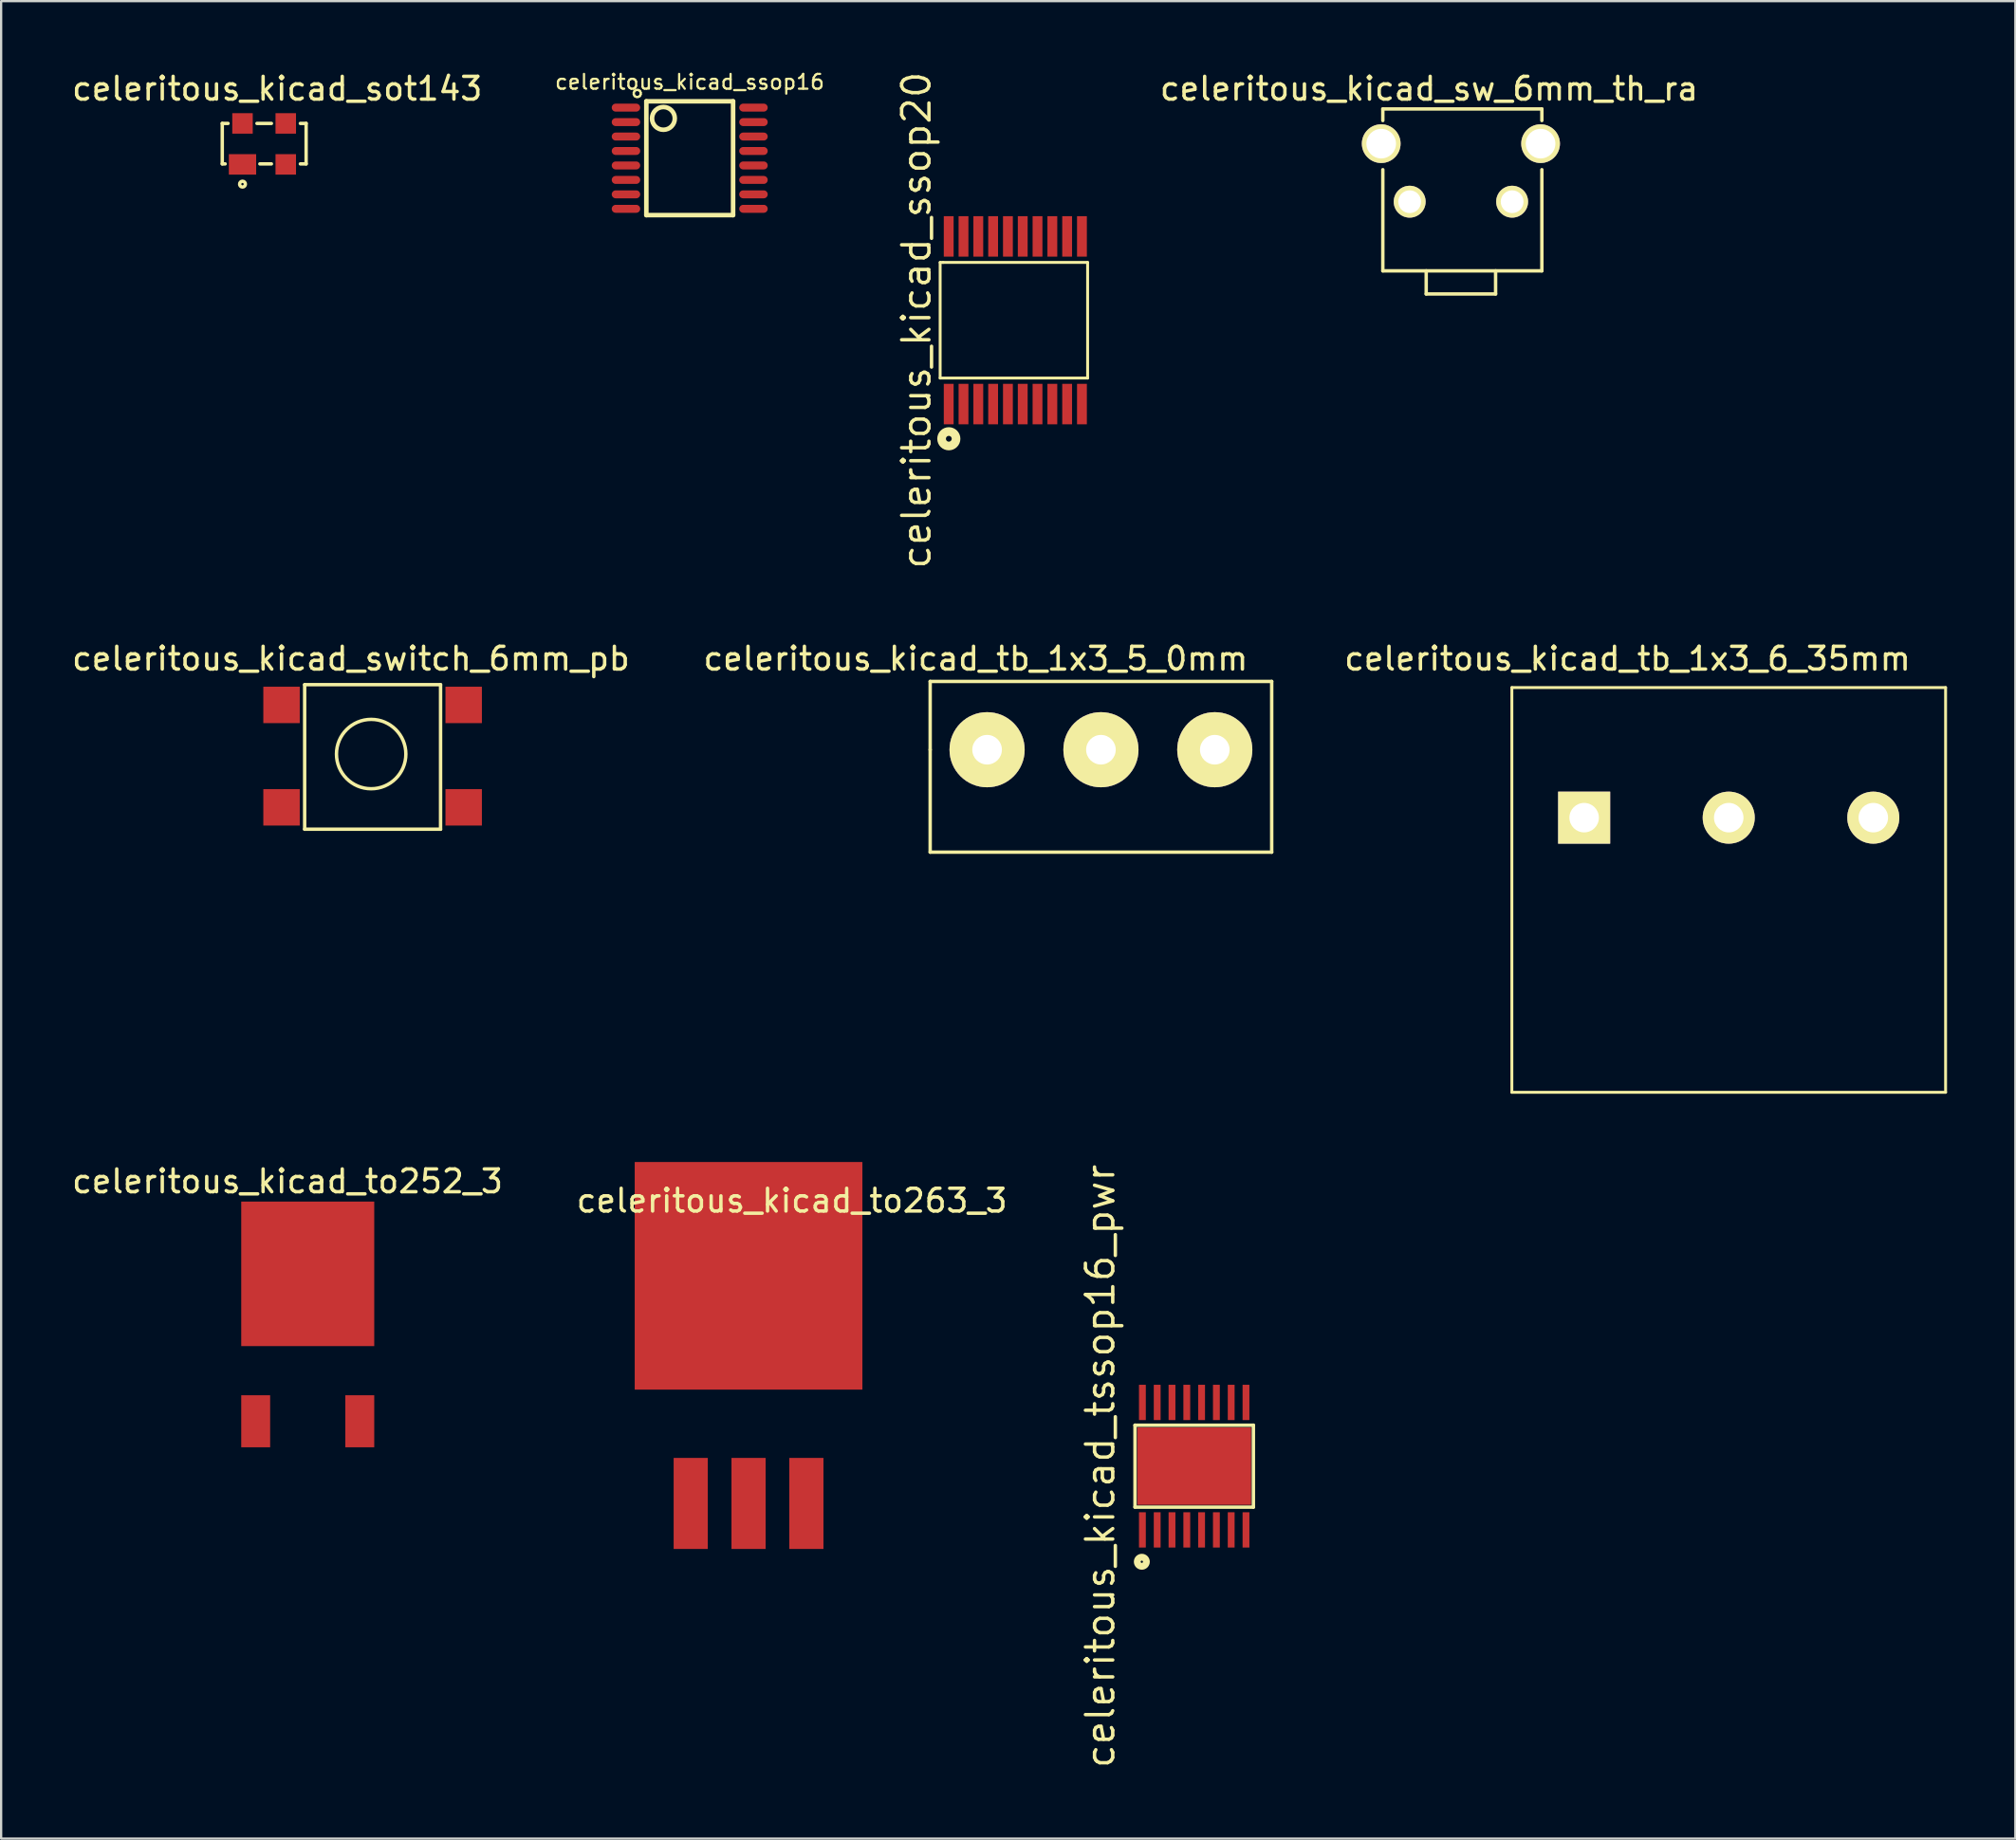
<source format=kicad_pcb>
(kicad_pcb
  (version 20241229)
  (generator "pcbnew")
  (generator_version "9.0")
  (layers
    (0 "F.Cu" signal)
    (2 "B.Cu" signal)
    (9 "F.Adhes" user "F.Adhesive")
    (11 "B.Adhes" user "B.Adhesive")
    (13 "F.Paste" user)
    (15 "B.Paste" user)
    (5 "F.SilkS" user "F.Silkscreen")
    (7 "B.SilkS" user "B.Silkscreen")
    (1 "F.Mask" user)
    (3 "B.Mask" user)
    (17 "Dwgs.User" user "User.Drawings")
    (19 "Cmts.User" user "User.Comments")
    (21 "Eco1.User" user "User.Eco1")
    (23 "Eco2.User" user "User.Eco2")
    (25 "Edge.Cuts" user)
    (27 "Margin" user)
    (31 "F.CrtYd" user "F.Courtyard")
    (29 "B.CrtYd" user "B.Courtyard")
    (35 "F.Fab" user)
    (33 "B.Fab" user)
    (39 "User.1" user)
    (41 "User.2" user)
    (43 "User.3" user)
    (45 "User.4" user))
  (footprint "celeritous_kicad_switch_6mm_pb"
    (layer "F.Cu")
    (at 9.315 27.919)
    (property "Reference" "celeritous_kicad_switch_6mm_pb" (at 3.048 -2.032 0) (layer "F.SilkS") (effects (font (size 1 1) (thickness 0.15))))
    (attr through_hole)
    (fp_line (start 1.016 -0.889) (end 6.985 -0.889) (stroke (width 0.15) (type solid)) (layer "F.SilkS"))
    (fp_line (start 1.016 5.461) (end 1.016 -0.889) (stroke (width 0.15) (type solid)) (layer "F.SilkS"))
    (fp_line (start 6.985 -0.889) (end 6.985 5.461) (stroke (width 0.15) (type solid)) (layer "F.SilkS"))
    (fp_line (start 6.985 5.461) (end 1.016 5.461) (stroke (width 0.15) (type solid)) (layer "F.SilkS"))
    (fp_circle (center 3.937 2.159) (end 5.461 2.159) (stroke (width 0.15) (type solid)) (fill no) (layer "F.SilkS"))
    (pad "1" smd rect (at 0 0) (size 1.6 1.6) (layers "F.Cu" "F.Mask" "F.Paste"))
    (pad "2" smd rect (at 8 0) (size 1.6 1.6) (layers "F.Cu" "F.Mask" "F.Paste"))
    (pad "3" smd rect (at 0 4.5) (size 1.6 1.6) (layers "F.Cu" "F.Mask" "F.Paste"))
    (pad "4" smd rect (at 8 4.5) (size 1.6 1.6) (layers "F.Cu" "F.Mask" "F.Paste")))
  (footprint "celeritous_kicad_ssop20"
    (layer "F.Cu")
    (at 38.623 14.702)
    (property "Reference" "celeritous_kicad_ssop20" (at -1.421 -3.683 90) (layer "F.SilkS") (effects (font (size 1.2 1.2) (thickness 0.15))))
    (attr through_hole)
    (fp_line (start -0.381 -6.223) (end -0.254 -6.223) (stroke (width 0.127) (type solid)) (layer "F.SilkS"))
    (fp_line (start -0.381 -1.143) (end -0.381 -6.223) (stroke (width 0.127) (type solid)) (layer "F.SilkS"))
    (fp_line (start -0.254 -6.223) (end 6.096 -6.223) (stroke (width 0.127) (type solid)) (layer "F.SilkS"))
    (fp_line (start 6.096 -6.223) (end 6.096 -1.143) (stroke (width 0.127) (type solid)) (layer "F.SilkS"))
    (fp_line (start 6.096 -1.143) (end -0.381 -1.143) (stroke (width 0.127) (type solid)) (layer "F.SilkS"))
    (fp_circle (center 0 1.524) (end 0.127 1.524) (stroke (width 0.381) (type solid)) (fill no) (layer "F.SilkS"))
    (pad "1" smd rect (at -0.005 0) (size 0.432 1.778) (layers "F.Cu" "F.Mask" "F.Paste"))
    (pad "2" smd rect (at 0.645 0) (size 0.432 1.778) (layers "F.Cu" "F.Mask" "F.Paste"))
    (pad "3" smd rect (at 1.295 0) (size 0.432 1.778) (layers "F.Cu" "F.Mask" "F.Paste"))
    (pad "4" smd rect (at 1.946 0) (size 0.432 1.778) (layers "F.Cu" "F.Mask" "F.Paste"))
    (pad "5" smd rect (at 2.596 0) (size 0.432 1.778) (layers "F.Cu" "F.Mask" "F.Paste"))
    (pad "6" smd rect (at 3.246 0) (size 0.432 1.778) (layers "F.Cu" "F.Mask" "F.Paste"))
    (pad "7" smd rect (at 3.896 0) (size 0.432 1.778) (layers "F.Cu" "F.Mask" "F.Paste"))
    (pad "8" smd rect (at 4.547 0) (size 0.432 1.778) (layers "F.Cu" "F.Mask" "F.Paste"))
    (pad "9" smd rect (at 5.197 0) (size 0.432 1.778) (layers "F.Cu" "F.Mask" "F.Paste"))
    (pad "10" smd rect (at 5.847 0) (size 0.432 1.778) (layers "F.Cu" "F.Mask" "F.Paste"))
    (pad "11" smd rect (at 5.847 -7.366) (size 0.432 1.778) (layers "F.Cu" "F.Mask" "F.Paste"))
    (pad "12" smd rect (at 5.197 -7.366) (size 0.432 1.778) (layers "F.Cu" "F.Mask" "F.Paste"))
    (pad "13" smd rect (at 4.547 -7.366) (size 0.432 1.778) (layers "F.Cu" "F.Mask" "F.Paste"))
    (pad "14" smd rect (at 3.896 -7.366) (size 0.432 1.778) (layers "F.Cu" "F.Mask" "F.Paste"))
    (pad "15" smd rect (at 3.246 -7.366) (size 0.432 1.778) (layers "F.Cu" "F.Mask" "F.Paste"))
    (pad "16" smd rect (at 2.596 -7.366) (size 0.432 1.778) (layers "F.Cu" "F.Mask" "F.Paste"))
    (pad "17" smd rect (at 1.946 -7.366) (size 0.432 1.778) (layers "F.Cu" "F.Mask" "F.Paste"))
    (pad "18" smd rect (at 1.295 -7.366) (size 0.432 1.778) (layers "F.Cu" "F.Mask" "F.Paste"))
    (pad "19" smd rect (at 0.645 -7.366) (size 0.432 1.778) (layers "F.Cu" "F.Mask" "F.Paste"))
    (pad "20" smd rect (at -0.005 -7.366) (size 0.432 1.778) (layers "F.Cu" "F.Mask" "F.Paste")))
  (footprint "celeritous_kicad_sw_6mm_th_ra"
    (layer "F.Cu")
    (at 61.114 3.261)
    (property "Reference" "celeritous_kicad_sw_6mm_th_ra" (at -1.397 -2.413 0) (layer "F.SilkS") (effects (font (size 1 1) (thickness 0.15))))
    (attr through_hole)
    (fp_line (start -3.429 -1.524) (end -3.429 -1.016) (stroke (width 0.15) (type solid)) (layer "F.SilkS"))
    (fp_line (start -3.429 1.143) (end -3.429 5.588) (stroke (width 0.15) (type solid)) (layer "F.SilkS"))
    (fp_line (start -3.429 5.588) (end 3.556 5.588) (stroke (width 0.15) (type solid)) (layer "F.SilkS"))
    (fp_line (start -1.524 6.604) (end -1.524 5.588) (stroke (width 0.15) (type solid)) (layer "F.SilkS"))
    (fp_line (start 1.524 5.588) (end 1.524 6.604) (stroke (width 0.15) (type solid)) (layer "F.SilkS"))
    (fp_line (start 1.524 6.604) (end -1.524 6.604) (stroke (width 0.15) (type solid)) (layer "F.SilkS"))
    (fp_line (start 3.556 -1.524) (end -3.429 -1.524) (stroke (width 0.15) (type solid)) (layer "F.SilkS"))
    (fp_line (start 3.556 -1.016) (end 3.556 -1.524) (stroke (width 0.15) (type solid)) (layer "F.SilkS"))
    (fp_line (start 3.556 5.588) (end 3.556 1.143) (stroke (width 0.15) (type solid)) (layer "F.SilkS"))
    (pad "1" thru_hole circle (at -2.25 2.55) (size 1.4 1.4) (drill 1) (layers "*.Cu" "*.Mask" "F.SilkS"))
    (pad "2" thru_hole circle (at 2.25 2.55) (size 1.4 1.4) (drill 1) (layers "*.Cu" "*.Mask" "F.SilkS"))
    (pad "A" thru_hole circle (at -3.5 0) (size 1.7 1.7) (drill 1.3) (layers "*.Cu" "*.Mask" "F.SilkS"))
    (pad "B" thru_hole circle (at 3.5 0) (size 1.7 1.7) (drill 1.3) (layers "*.Cu" "*.Mask" "F.SilkS")))
  (footprint "celeritous_kicad_tb_1x3_6_35mm"
    (layer "F.Cu")
    (at 72.877 32.872)
    (property "Reference" "celeritous_kicad_tb_1x3_6_35mm" (at -4.445 -6.985 0) (layer "F.SilkS") (effects (font (size 1 1) (thickness 0.15))))
    (attr through_hole)
    (fp_line (start -9.525 -5.715) (end -9.525 12.065) (stroke (width 0.127) (type solid)) (layer "F.SilkS"))
    (fp_line (start -9.525 12.065) (end 9.525 12.065) (stroke (width 0.127) (type solid)) (layer "F.SilkS"))
    (fp_line (start 9.525 -5.715) (end -9.525 -5.715) (stroke (width 0.127) (type solid)) (layer "F.SilkS"))
    (fp_line (start 9.525 12.065) (end 9.525 -5.715) (stroke (width 0.127) (type solid)) (layer "F.SilkS"))
    (pad "1" thru_hole rect (at -6.35 0) (size 2.286 2.286) (drill 1.295) (layers "*.Cu" "*.Mask" "F.SilkS"))
    (pad "2" thru_hole circle (at 0 0) (size 2.286 2.286) (drill 1.295) (layers "*.Cu" "*.Mask" "F.SilkS"))
    (pad "3" thru_hole circle (at 6.35 0) (size 2.286 2.286) (drill 1.295) (layers "*.Cu" "*.Mask" "F.SilkS")))
  (footprint "celeritous_kicad_tb_1x3_5_0mm"
    (layer "F.Cu")
    (at 40.304 29.887)
    (property "Reference" "celeritous_kicad_tb_1x3_5_0mm" (at -0.5 -4 0) (layer "F.SilkS") (effects (font (size 1 1) (thickness 0.15))))
    (attr through_hole)
    (fp_line (start -2.5 -3) (end -2.5 0) (stroke (width 0.15) (type solid)) (layer "F.SilkS"))
    (fp_line (start -2.5 0) (end -2.5 4.5) (stroke (width 0.15) (type solid)) (layer "F.SilkS"))
    (fp_line (start -2.5 4.5) (end 12.5 4.5) (stroke (width 0.15) (type solid)) (layer "F.SilkS"))
    (fp_line (start 12.5 -3) (end -2.5 -3) (stroke (width 0.15) (type solid)) (layer "F.SilkS"))
    (fp_line (start 12.5 4.5) (end 12.5 -3) (stroke (width 0.15) (type solid)) (layer "F.SilkS"))
    (pad "1" thru_hole circle (at 0 0) (size 3.3 3.3) (drill 1.3) (layers "*.Cu" "*.Mask" "F.SilkS"))
    (pad "2" thru_hole circle (at 5 0) (size 3.3 3.3) (drill 1.3) (layers "*.Cu" "*.Mask" "F.SilkS"))
    (pad "3" thru_hole circle (at 10 0) (size 3.3 3.3) (drill 1.3) (layers "*.Cu" "*.Mask" "F.SilkS")))
  (footprint "celeritous_kicad_tssop16_pwr"
    (layer "F.Cu")
    (at 49.4 61.362)
    (property "Reference" "celeritous_kicad_tssop16_pwr" (at -4.125 0 90) (layer "F.SilkS") (effects (font (size 1.2 1.2) (thickness 0.15))))
    (attr through_hole)
    (fp_line (start -2.6 -1.8) (end 2.6 -1.8) (stroke (width 0.15) (type solid)) (layer "F.SilkS"))
    (fp_line (start -2.6 1.8) (end -2.6 -1.8) (stroke (width 0.15) (type solid)) (layer "F.SilkS"))
    (fp_line (start 2.6 -1.8) (end 2.6 1.8) (stroke (width 0.15) (type solid)) (layer "F.SilkS"))
    (fp_line (start 2.6 1.8) (end -2.6 1.8) (stroke (width 0.15) (type solid)) (layer "F.SilkS"))
    (fp_circle (center -2.3 4.2) (end -2.1 4.2) (stroke (width 0.3) (type solid)) (fill no) (layer "F.SilkS"))
    (pad "1" smd rect (at -2.275 2.8) (size 0.3 1.55) (layers "F.Cu" "F.Mask" "F.Paste"))
    (pad "2" smd rect (at -1.625 2.8) (size 0.3 1.55) (layers "F.Cu" "F.Mask" "F.Paste"))
    (pad "3" smd rect (at -0.975 2.8) (size 0.3 1.55) (layers "F.Cu" "F.Mask" "F.Paste"))
    (pad "4" smd rect (at -0.325 2.8) (size 0.3 1.55) (layers "F.Cu" "F.Mask" "F.Paste"))
    (pad "5" smd rect (at 0.325 2.8) (size 0.3 1.55) (layers "F.Cu" "F.Mask" "F.Paste"))
    (pad "6" smd rect (at 0.975 2.8) (size 0.3 1.55) (layers "F.Cu" "F.Mask" "F.Paste"))
    (pad "7" smd rect (at 1.625 2.8) (size 0.3 1.55) (layers "F.Cu" "F.Mask" "F.Paste"))
    (pad "8" smd rect (at 2.275 2.8) (size 0.3 1.55) (layers "F.Cu" "F.Mask" "F.Paste"))
    (pad "9" smd rect (at 2.275 -2.8) (size 0.3 1.55) (layers "F.Cu" "F.Mask" "F.Paste"))
    (pad "10" smd rect (at 1.625 -2.8) (size 0.3 1.55) (layers "F.Cu" "F.Mask" "F.Paste"))
    (pad "11" smd rect (at 0.975 -2.8) (size 0.3 1.55) (layers "F.Cu" "F.Mask" "F.Paste"))
    (pad "12" smd rect (at 0.325 -2.8) (size 0.3 1.55) (layers "F.Cu" "F.Mask" "F.Paste"))
    (pad "13" smd rect (at -0.325 -2.8) (size 0.3 1.55) (layers "F.Cu" "F.Mask" "F.Paste"))
    (pad "14" smd rect (at -0.975 -2.8) (size 0.3 1.55) (layers "F.Cu" "F.Mask" "F.Paste"))
    (pad "15" smd rect (at -1.625 -2.8) (size 0.3 1.55) (layers "F.Cu" "F.Mask" "F.Paste"))
    (pad "16" smd rect (at -2.275 -2.8) (size 0.3 1.55) (layers "F.Cu" "F.Mask" "F.Paste"))
    (pad "17" smd rect (at 0 0) (size 5 3.4) (layers "F.Cu" "F.Mask" "F.Paste")))
  (footprint "celeritous_kicad_to252_3"
    (layer "F.Cu")
    (at 10.466 52.913)
    (property "Reference" "celeritous_kicad_to252_3" (at -0.889 -4.064 0) (layer "F.SilkS") (effects (font (size 1 1) (thickness 0.15))))
    (attr through_hole)
    (pad "2" smd rect (at -2.286 6.477) (size 1.27 2.286) (layers "F.Cu" "F.Mask" "F.Paste"))
    (pad "2" smd rect (at 0 0) (size 5.842 6.35) (layers "F.Cu" "F.Mask" "F.Paste"))
    (pad "3" smd rect (at 2.286 6.477) (size 1.27 2.286) (layers "F.Cu" "F.Mask" "F.Paste")))
  (footprint "celeritous_kicad_sot143"
    (layer "F.Cu")
    (at 7.601 2.372)
    (property "Reference" "celeritous_kicad_sot143" (at 1.524 -1.524 0) (layer "F.SilkS") (effects (font (size 1 1) (thickness 0.15))))
    (attr through_hole)
    (fp_line (start -0.889 0) (end -0.889 1.778) (stroke (width 0.15) (type solid)) (layer "F.SilkS"))
    (fp_line (start -0.889 1.778) (end -0.762 1.778) (stroke (width 0.15) (type solid)) (layer "F.SilkS"))
    (fp_line (start -0.635 0) (end -0.889 0) (stroke (width 0.15) (type solid)) (layer "F.SilkS"))
    (fp_line (start 0.762 1.778) (end 1.27 1.778) (stroke (width 0.15) (type solid)) (layer "F.SilkS"))
    (fp_line (start 1.27 0) (end 0.635 0) (stroke (width 0.15) (type solid)) (layer "F.SilkS"))
    (fp_line (start 2.54 1.778) (end 2.794 1.778) (stroke (width 0.15) (type solid)) (layer "F.SilkS"))
    (fp_line (start 2.794 0) (end 2.54 0) (stroke (width 0.15) (type solid)) (layer "F.SilkS"))
    (fp_line (start 2.794 1.778) (end 2.794 0) (stroke (width 0.15) (type solid)) (layer "F.SilkS"))
    (fp_circle (center 0 2.667) (end 0.127 2.667) (stroke (width 0.15) (type solid)) (fill no) (layer "F.SilkS"))
    (pad "1" smd rect (at 0 1.8) (size 1.2 0.9) (layers "F.Cu" "F.Mask" "F.Paste"))
    (pad "2" smd rect (at 1.9 1.8) (size 0.9 0.9) (layers "F.Cu" "F.Mask" "F.Paste"))
    (pad "3" smd rect (at 1.9 0) (size 0.9 0.9) (layers "F.Cu" "F.Mask" "F.Paste"))
    (pad "4" smd rect (at 0 0) (size 0.9 0.9) (layers "F.Cu" "F.Mask" "F.Paste")))
  (footprint "celeritous_kicad_ssop16"
    (layer "F.Cu")
    (at 27.243 3.901)
    (property "Reference" "celeritous_kicad_ssop16" (at 0 -3.35 0) (layer "F.SilkS") (effects (font (size 0.65 0.65) (thickness 0.098))))
    (attr smd)
    (fp_line (start -1.905 -2.5) (end 1.905 -2.5) (stroke (width 0.2) (type solid)) (layer "F.SilkS"))
    (fp_line (start -1.905 2.5) (end -1.905 -2.5) (stroke (width 0.2) (type solid)) (layer "F.SilkS"))
    (fp_line (start 1.905 -2.5) (end 1.905 2.5) (stroke (width 0.2) (type solid)) (layer "F.SilkS"))
    (fp_line (start 1.905 2.5) (end -1.905 2.5) (stroke (width 0.2) (type solid)) (layer "F.SilkS"))
    (fp_circle (center -1.155 -1.75) (end -0.655 -1.75) (stroke (width 0.2) (type solid)) (fill no) (layer "F.SilkS"))
    (fp_text user "○" (at -2.305 -2.873 0) (layer "F.SilkS") (effects (font (size 0.4 0.4) (thickness 0.1))))
    (pad "1" smd oval (at -2.8 -2.223) (size 1.25 0.35) (layers "F.Cu" "F.Mask" "F.Paste"))
    (pad "2" smd oval (at -2.8 -1.587) (size 1.25 0.35) (layers "F.Cu" "F.Mask" "F.Paste"))
    (pad "3" smd oval (at -2.8 -0.953) (size 1.25 0.35) (layers "F.Cu" "F.Mask" "F.Paste"))
    (pad "4" smd oval (at -2.8 -0.318) (size 1.25 0.35) (layers "F.Cu" "F.Mask" "F.Paste"))
    (pad "5" smd oval (at -2.8 0.318) (size 1.25 0.35) (layers "F.Cu" "F.Mask" "F.Paste"))
    (pad "6" smd oval (at -2.8 0.953) (size 1.25 0.35) (layers "F.Cu" "F.Mask" "F.Paste"))
    (pad "7" smd oval (at -2.8 1.587) (size 1.25 0.35) (layers "F.Cu" "F.Mask" "F.Paste"))
    (pad "8" smd oval (at -2.8 2.223) (size 1.25 0.35) (layers "F.Cu" "F.Mask" "F.Paste"))
    (pad "9" smd oval (at 2.8 2.223) (size 1.25 0.35) (layers "F.Cu" "F.Mask" "F.Paste"))
    (pad "10" smd oval (at 2.8 1.587) (size 1.25 0.35) (layers "F.Cu" "F.Mask" "F.Paste"))
    (pad "11" smd oval (at 2.8 0.953) (size 1.25 0.35) (layers "F.Cu" "F.Mask" "F.Paste"))
    (pad "12" smd oval (at 2.8 0.318) (size 1.25 0.35) (layers "F.Cu" "F.Mask" "F.Paste"))
    (pad "13" smd oval (at 2.8 -0.318) (size 1.25 0.35) (layers "F.Cu" "F.Mask" "F.Paste"))
    (pad "14" smd oval (at 2.8 -0.953) (size 1.25 0.35) (layers "F.Cu" "F.Mask" "F.Paste"))
    (pad "15" smd oval (at 2.8 -1.587) (size 1.25 0.35) (layers "F.Cu" "F.Mask" "F.Paste"))
    (pad "16" smd oval (at 2.8 -2.223) (size 1.25 0.35) (layers "F.Cu" "F.Mask" "F.Paste")))
  (footprint "celeritous_kicad_to263_3"
    (layer "F.Cu")
    (at 29.827 53)
    (property "Reference" "celeritous_kicad_to263_3" (at 1.905 -3.302 0) (layer "F.SilkS") (effects (font (size 1 1) (thickness 0.15))))
    (attr through_hole)
    (pad "1" smd rect (at -2.54 10) (size 1.5 4) (layers "F.Cu" "F.Mask" "F.Paste"))
    (pad "2" smd rect (at 0 10) (size 1.5 4) (layers "F.Cu" "F.Mask" "F.Paste"))
    (pad "3" smd rect (at 2.54 10) (size 1.5 4) (layers "F.Cu" "F.Mask" "F.Paste"))
    (pad "4" smd rect (at 0 0) (size 10 10) (layers "F.Cu" "F.Mask" "F.Paste")))
  (gr_rect
    (start -3 -3)
    (end 85.466 77.725)
    (stroke (width 0.1) (type default))
    (fill no)
    (layer "Edge.Cuts")))
</source>
